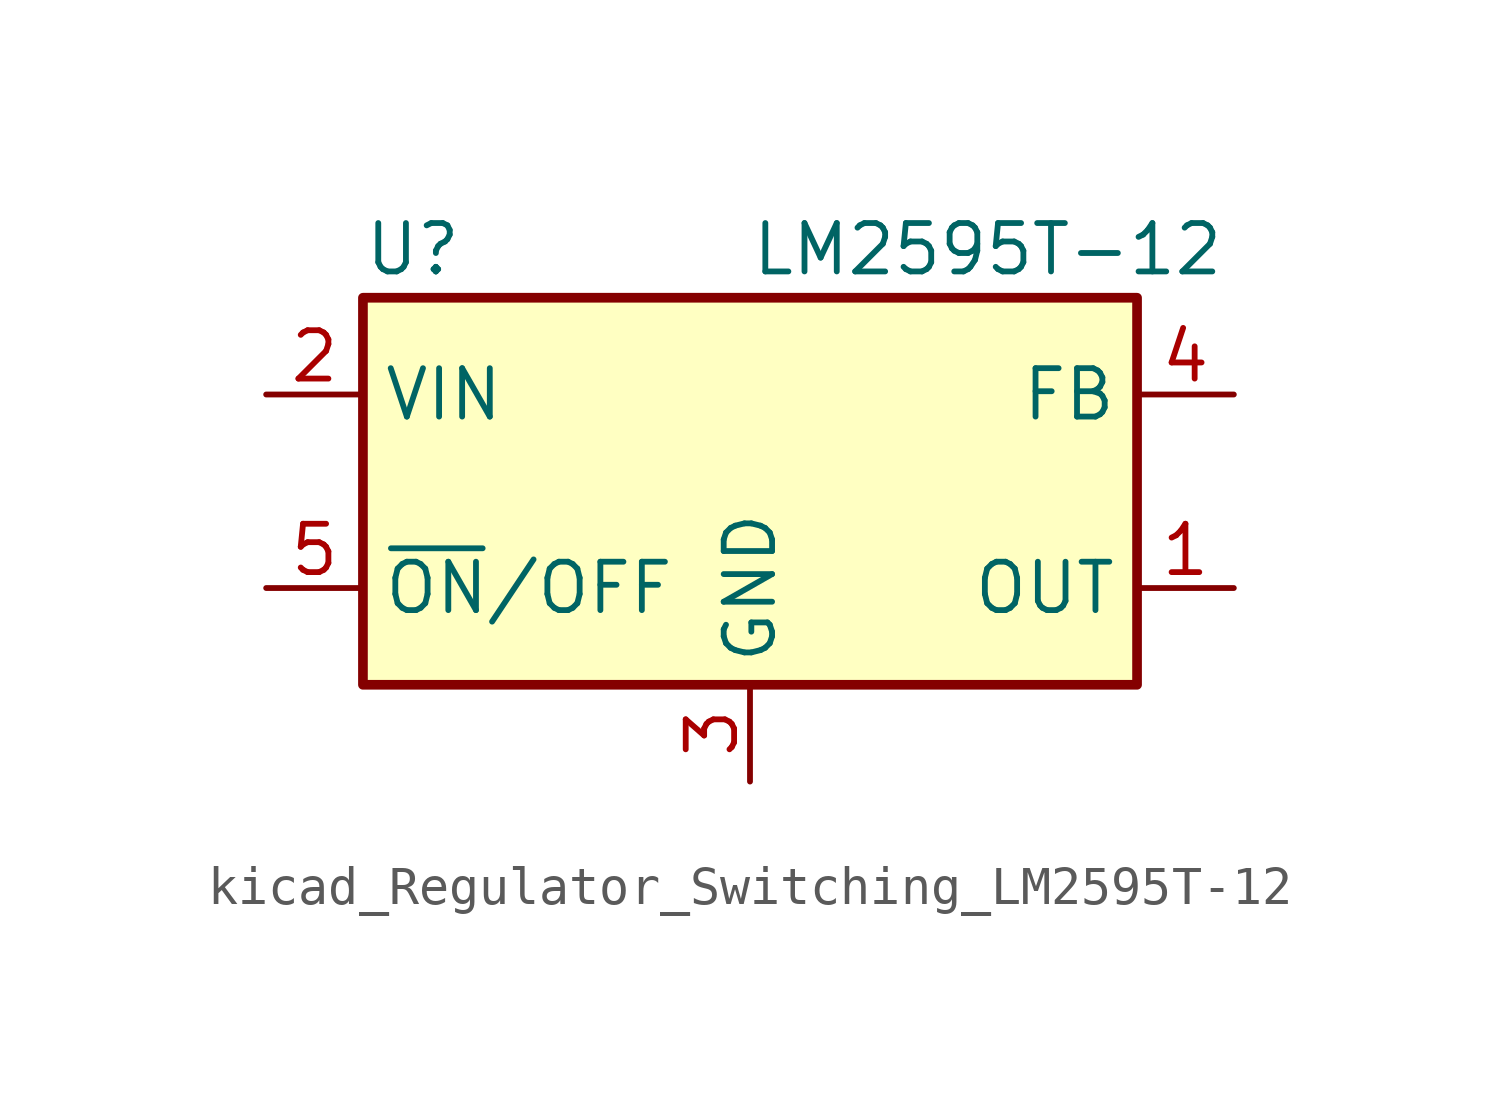
<source format=kicad_sym>
(kicad_symbol_lib
  (version 20220914)
  (generator kicad_symbol_editor)
  (symbol "kicad_Regulator_Switching_LM2595T-12"
    (property "Reference" "U"
      (at -10.16 6.35 0)
      (effects (font (size 1.27 1.27)) (justify left)))
    (property "Value" "LM2595T-12"
      (at 0 6.35 0)
      (effects (font (size 1.27 1.27)) (justify left)))
    (symbol "kicad_Regulator_Switching_LM2595T-12_0_1"
      (rectangle (start -10.16 5.08) (end 10.16 -5.08) (stroke (width 0.254) (type default)) (fill (type background))))
    (symbol "kicad_Regulator_Switching_LM2595T-12_1_1"
      (pin output line (at 12.7 -2.54 180) (length 2.54) (name "OUT" (effects (font (size 1.27 1.27)))) (number "1" (effects (font (size 1.27 1.27)))))
      (pin power_in line (at -12.7 2.54 0) (length 2.54) (name "VIN" (effects (font (size 1.27 1.27)))) (number "2" (effects (font (size 1.27 1.27)))))
      (pin power_in line (at 0 -7.62 90) (length 2.54) (name "GND" (effects (font (size 1.27 1.27)))) (number "3" (effects (font (size 1.27 1.27)))))
      (pin input line (at 12.7 2.54 180) (length 2.54) (name "FB" (effects (font (size 1.27 1.27)))) (number "4" (effects (font (size 1.27 1.27)))))
      (pin input line (at -12.7 -2.54 0) (length 2.54) (name "~{ON}/OFF" (effects (font (size 1.27 1.27)))) (number "5" (effects (font (size 1.27 1.27))))))))
</source>
